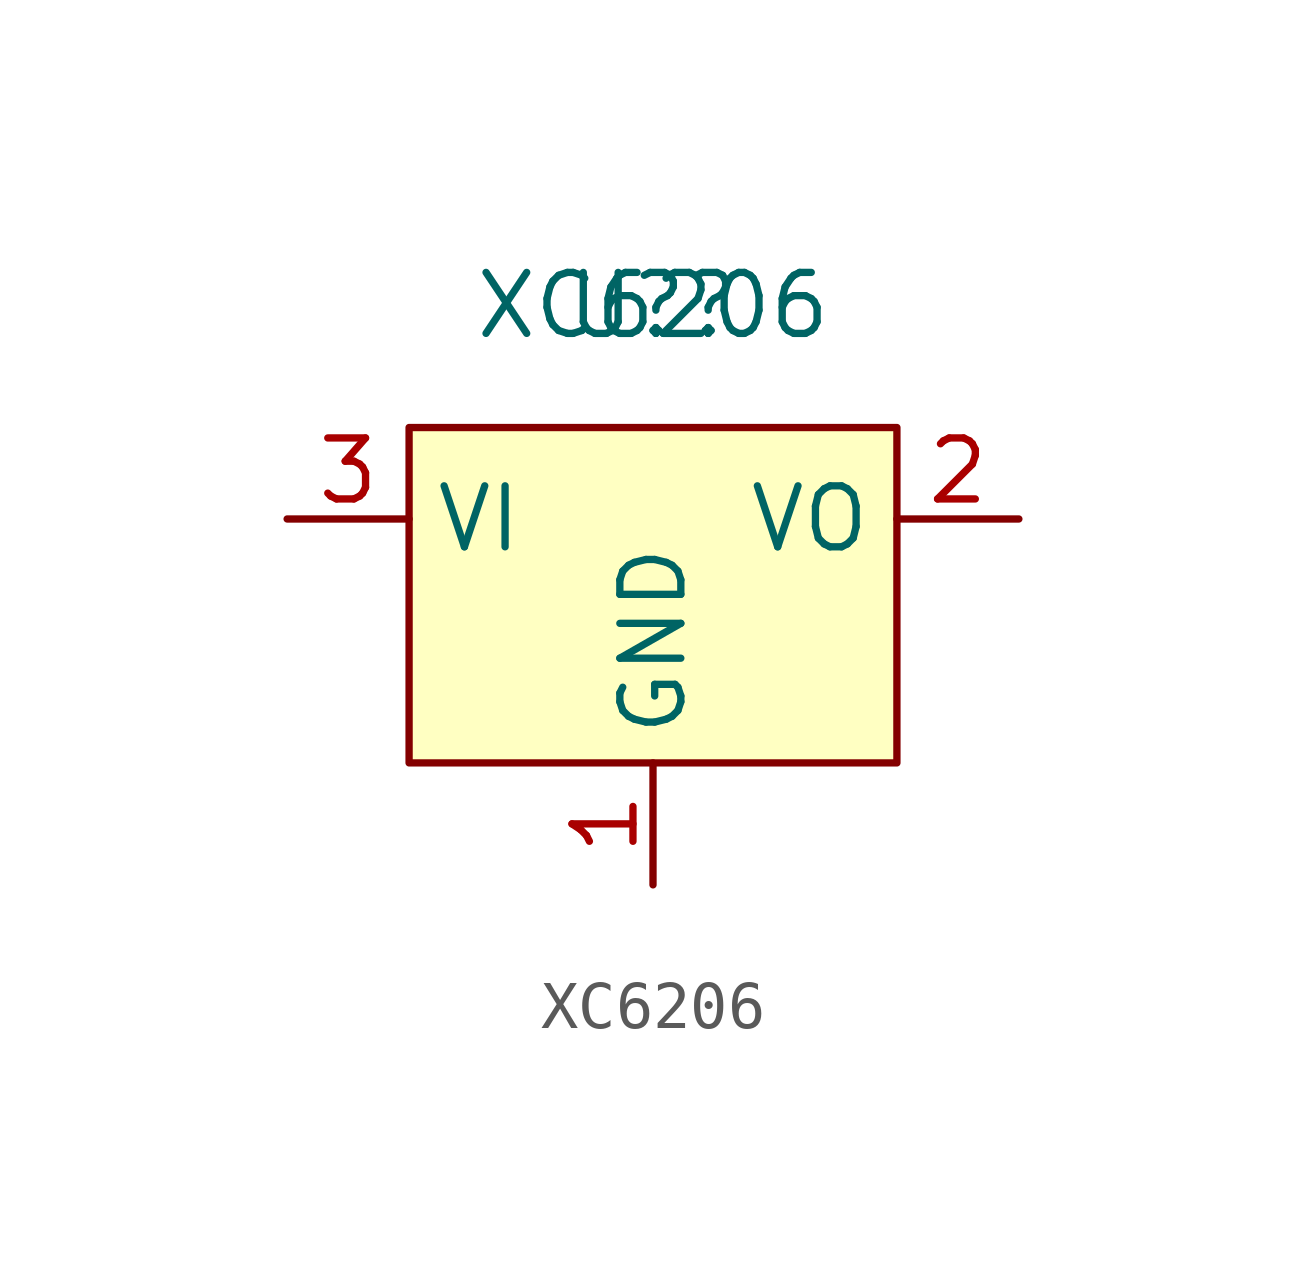
<source format=kicad_sym>
(kicad_symbol_lib
  (version 20220914)
  (generator kicad_symbol_editor)
  (symbol "XC6206"
    (property "Reference" "U?"
      (at 0 0 0)
      (effects (font (size 1.27 1.27))))
    (property "Value" "XC6206"
      (at 0 0 0)
      (effects (font (size 1.27 1.27))))
    (symbol "XC6206_0_1"
      (rectangle (start -5.08 -2.54) (end 5.08 -9.525) (stroke (width 0) (type default)) (fill (type background))))
    (symbol "XC6206_1_1"
      (pin passive line (at 0 -12.065 90) (length 2.54) (name "GND" (effects (font (size 1.27 1.27)))) (number "1" (effects (font (size 1.27 1.27)))))
      (pin passive line (at 7.62 -4.445 180) (length 2.54) (name "VO" (effects (font (size 1.27 1.27)))) (number "2" (effects (font (size 1.27 1.27)))))
      (pin passive line (at -7.62 -4.445 0) (length 2.54) (name "VI" (effects (font (size 1.27 1.27)))) (number "3" (effects (font (size 1.27 1.27))))))))
</source>
